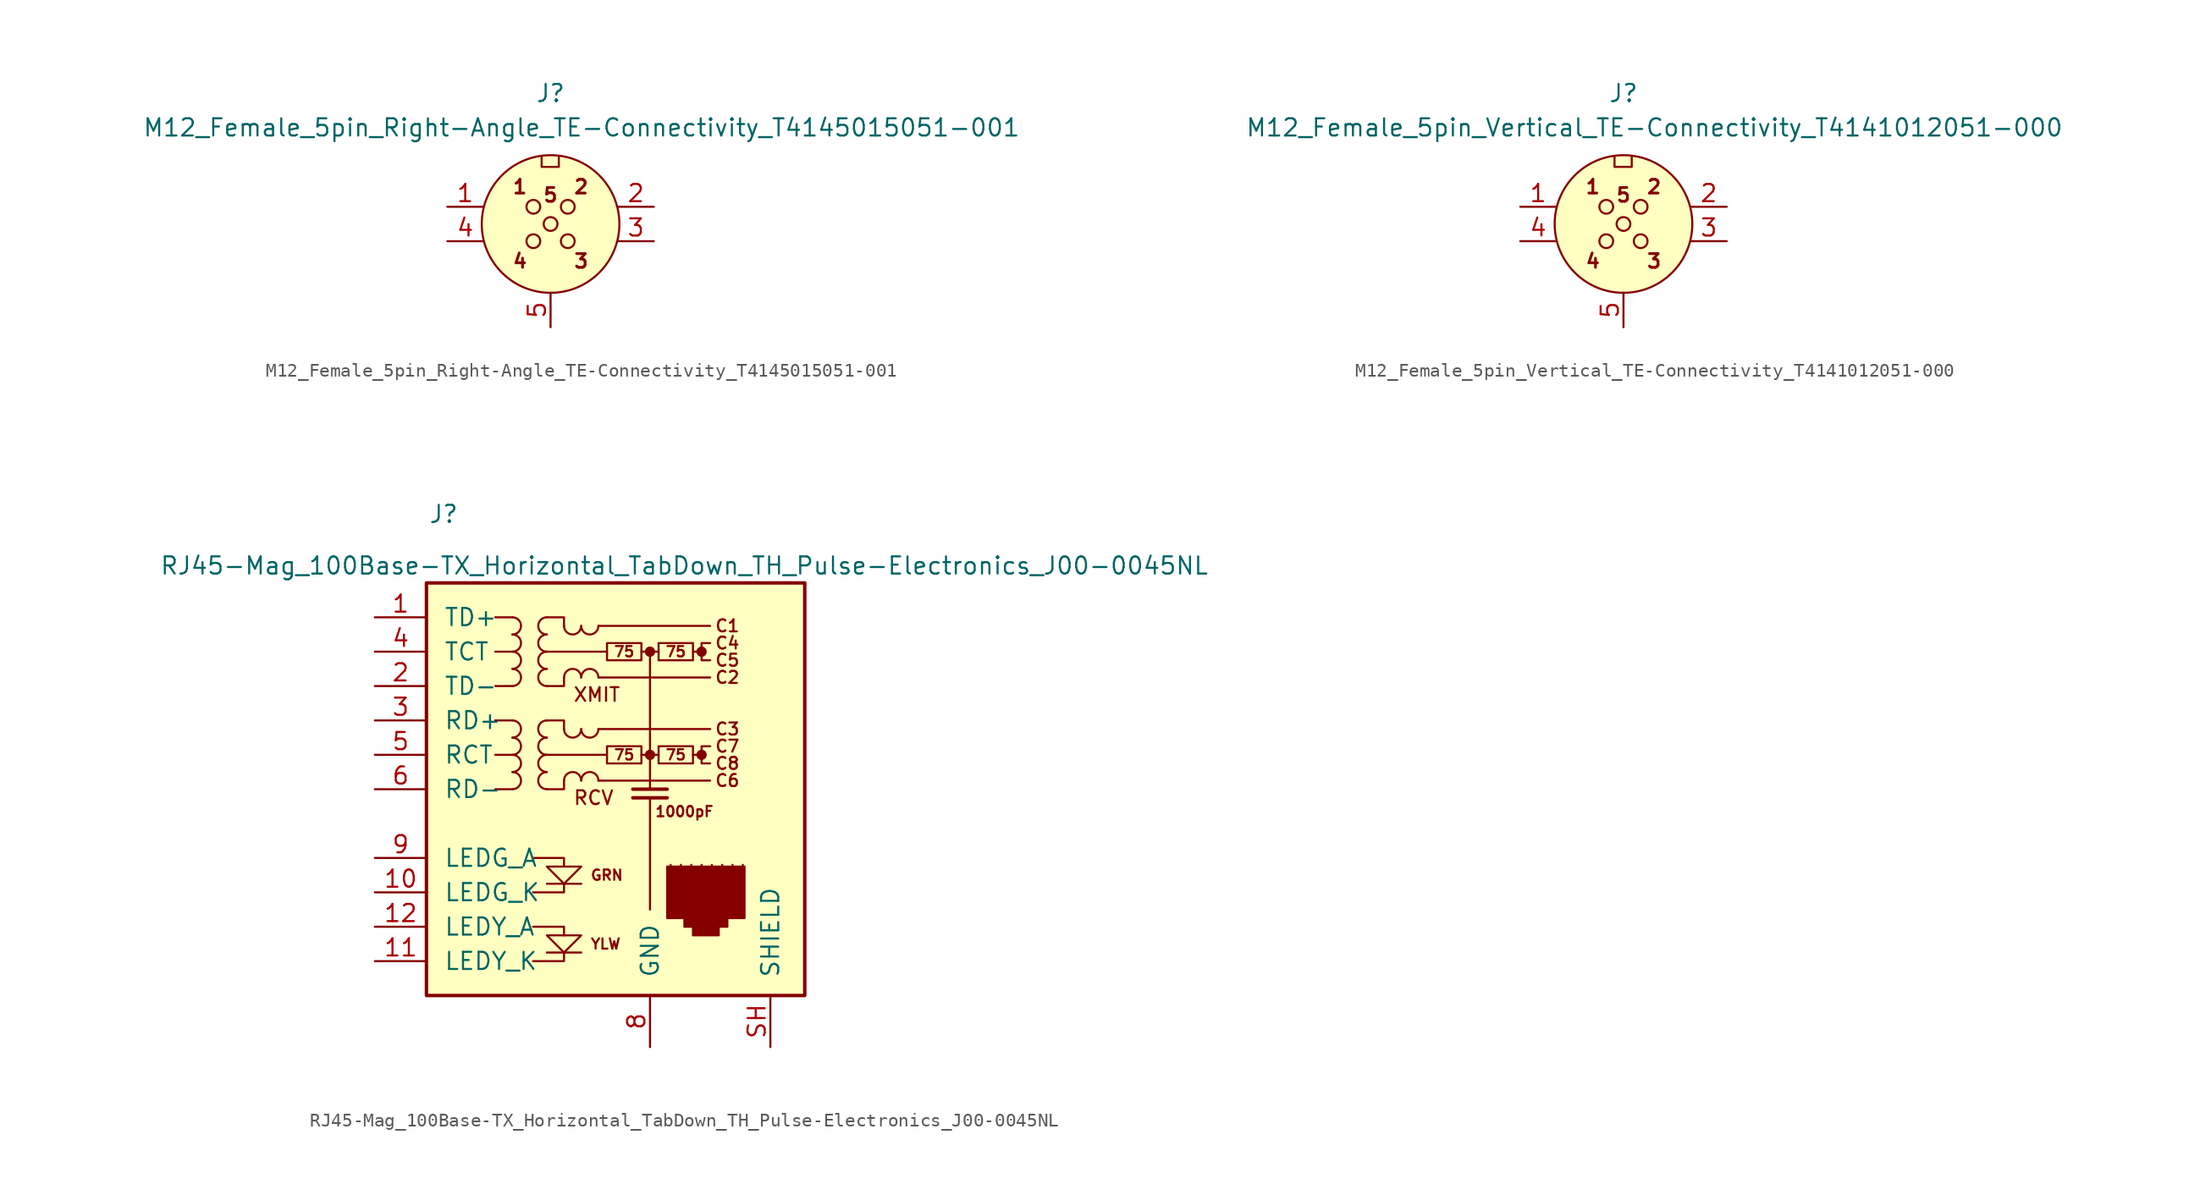
<source format=kicad_sym>
(kicad_symbol_lib
  (version 20211014)
  (generator kicad_symbol_editor)
  (symbol "M12_Female_5pin_Right-Angle_TE-Connectivity_T4145015051-001"
    (pin_names
      (offset 1.27) hide)
    (property "Reference" "J"
      (at 0 9.652 0)
      (effects (font (size 1.27 1.27))))
    (property "Value" "M12_Female_5pin_Right-Angle_TE-Connectivity_T4145015051-001"
      (at 2.286 7.112 0)
      (effects (font (size 1.27 1.27))))
    (symbol "M12_Female_5pin_Right-Angle_TE-Connectivity_T4145015051-001_1_1"
      (circle (center -1.27 -1.27) (radius 0.508) (stroke (width 0) (type default) (color 0 0 0 0)) (fill (type none)))
      (circle (center -1.27 1.27) (radius 0.508) (stroke (width 0) (type default) (color 0 0 0 0)) (fill (type none)))
      (polyline (pts (xy -0.66 5.029) (xy -0.66 4.216) (xy 0.61 4.216) (xy 0.61 5.029)) (stroke (width 0) (type default) (color 0 0 0 0)) (fill (type none)))
      (circle (center 0 0) (radius 0.508) (stroke (width 0) (type default) (color 0 0 0 0)) (fill (type none)))
      (circle (center 0 0) (radius 5.08) (stroke (width 0) (type default) (color 0 0 0 0)) (fill (type background)))
      (circle (center 1.27 -1.27) (radius 0.508) (stroke (width 0) (type default) (color 0 0 0 0)) (fill (type none)))
      (circle (center 1.27 1.27) (radius 0.508) (stroke (width 0) (type default) (color 0 0 0 0)) (fill (type none)))
      (text "1" (at -2.261 2.743 0) (effects (font (size 1.016 1.016) bold)))
      (text "2" (at 2.261 2.743 0) (effects (font (size 1.016 1.016) bold)))
      (text "3" (at 2.261 -2.743 0) (effects (font (size 1.016 1.016) bold)))
      (text "4" (at -2.261 -2.743 0) (effects (font (size 1.016 1.016) bold)))
      (text "5" (at 0 2.134 0) (effects (font (size 1.016 1.016) bold)))
      (pin passive line (at -7.62 1.27 0) (length 2.642) (name "P1" (effects (font (size 1.27 1.27)))) (number "1" (effects (font (size 1.27 1.27)))))
      (pin passive line (at 7.62 1.27 180) (length 2.642) (name "P2" (effects (font (size 1.27 1.27)))) (number "2" (effects (font (size 1.27 1.27)))))
      (pin passive line (at 7.62 -1.27 180) (length 2.642) (name "P3" (effects (font (size 1.27 1.27)))) (number "3" (effects (font (size 1.27 1.27)))))
      (pin passive line (at -7.62 -1.27 0) (length 2.642) (name "P3" (effects (font (size 1.27 1.27)))) (number "4" (effects (font (size 1.27 1.27)))))
      (pin passive line (at 0 -7.62 90) (length 2.54) (name "P5" (effects (font (size 1.27 1.27)))) (number "5" (effects (font (size 1.27 1.27)))))))
  (symbol "M12_Female_5pin_Vertical_TE-Connectivity_T4141012051-000"
    (pin_names
      (offset 1.27) hide)
    (property "Reference" "J"
      (at 0 9.652 0)
      (effects (font (size 1.27 1.27))))
    (property "Value" "M12_Female_5pin_Vertical_TE-Connectivity_T4141012051-000"
      (at 2.286 7.112 0)
      (effects (font (size 1.27 1.27))))
    (symbol "M12_Female_5pin_Vertical_TE-Connectivity_T4141012051-000_1_1"
      (circle (center -1.27 -1.27) (radius 0.508) (stroke (width 0) (type default) (color 0 0 0 0)) (fill (type none)))
      (circle (center -1.27 1.27) (radius 0.508) (stroke (width 0) (type default) (color 0 0 0 0)) (fill (type none)))
      (polyline (pts (xy -0.66 5.029) (xy -0.66 4.216) (xy 0.61 4.216) (xy 0.61 5.029)) (stroke (width 0) (type default) (color 0 0 0 0)) (fill (type none)))
      (circle (center 0 0) (radius 0.508) (stroke (width 0) (type default) (color 0 0 0 0)) (fill (type none)))
      (circle (center 0 0) (radius 5.08) (stroke (width 0) (type default) (color 0 0 0 0)) (fill (type background)))
      (circle (center 1.27 -1.27) (radius 0.508) (stroke (width 0) (type default) (color 0 0 0 0)) (fill (type none)))
      (circle (center 1.27 1.27) (radius 0.508) (stroke (width 0) (type default) (color 0 0 0 0)) (fill (type none)))
      (text "1" (at -2.261 2.743 0) (effects (font (size 1.016 1.016) bold)))
      (text "2" (at 2.261 2.743 0) (effects (font (size 1.016 1.016) bold)))
      (text "3" (at 2.261 -2.743 0) (effects (font (size 1.016 1.016) bold)))
      (text "4" (at -2.261 -2.743 0) (effects (font (size 1.016 1.016) bold)))
      (text "5" (at 0 2.134 0) (effects (font (size 1.016 1.016) bold)))
      (pin passive line (at -7.62 1.27 0) (length 2.642) (name "P1" (effects (font (size 1.27 1.27)))) (number "1" (effects (font (size 1.27 1.27)))))
      (pin passive line (at 7.62 1.27 180) (length 2.642) (name "P2" (effects (font (size 1.27 1.27)))) (number "2" (effects (font (size 1.27 1.27)))))
      (pin passive line (at 7.62 -1.27 180) (length 2.642) (name "P3" (effects (font (size 1.27 1.27)))) (number "3" (effects (font (size 1.27 1.27)))))
      (pin passive line (at -7.62 -1.27 0) (length 2.642) (name "P3" (effects (font (size 1.27 1.27)))) (number "4" (effects (font (size 1.27 1.27)))))
      (pin passive line (at 0 -7.62 90) (length 2.54) (name "P5" (effects (font (size 1.27 1.27)))) (number "5" (effects (font (size 1.27 1.27)))))))
  (symbol "RJ45-Mag_100Base-TX_Horizontal_TabDown_TH_Pulse-Electronics_J00-0045NL"
    (pin_names
      (offset 1.27))
    (property "Reference" "J"
      (at -17.78 20.32 0)
      (effects (font (size 1.27 1.27))))
    (property "Value" "RJ45-Mag_100Base-TX_Horizontal_TabDown_TH_Pulse-Electronics_J00-0045NL"
      (at 0 16.51 0)
      (effects (font (size 1.27 1.27))))
    (symbol "RJ45-Mag_100Base-TX_Horizontal_TabDown_TH_Pulse-Electronics_J00-0045NL_0_1"
      (rectangle (start -1.016 -5.588) (end -1.016 -5.842) (stroke (width 0) (type default) (color 0 0 0 0)) (fill (type none)))
      (rectangle (start -0.254 -5.588) (end -0.254 -5.842) (stroke (width 0) (type default) (color 0 0 0 0)) (fill (type none)))
      (polyline (pts (xy 0.635 -10.795) (xy 2.54 -10.795) (xy 2.54 -10.16) (xy 3.175 -10.16) (xy 3.175 -9.525) (xy 4.445 -9.525) (xy 4.445 -5.715) (xy -1.27 -5.715) (xy -1.27 -9.525) (xy 0 -9.525) (xy 0 -10.16) (xy 0.635 -10.16) (xy 0.635 -10.795)) (stroke (width 0) (type default) (color 0 0 0 0)) (fill (type outline)))
      (rectangle (start 0.508 -5.588) (end 0.508 -5.842) (stroke (width 0) (type default) (color 0 0 0 0)) (fill (type none)))
      (rectangle (start 1.27 -5.588) (end 1.27 -5.842) (stroke (width 0) (type default) (color 0 0 0 0)) (fill (type none)))
      (rectangle (start 2.032 -5.588) (end 2.032 -5.842) (stroke (width 0) (type default) (color 0 0 0 0)) (fill (type none)))
      (rectangle (start 2.794 -5.588) (end 2.794 -5.842) (stroke (width 0) (type default) (color 0 0 0 0)) (fill (type none)))
      (rectangle (start 3.556 -5.588) (end 3.556 -5.842) (stroke (width 0) (type default) (color 0 0 0 0)) (fill (type none)))
      (rectangle (start 4.318 -5.588) (end 4.318 -5.842) (stroke (width 0) (type default) (color 0 0 0 0)) (fill (type none))))
    (symbol "RJ45-Mag_100Base-TX_Horizontal_TabDown_TH_Pulse-Electronics_J00-0045NL_1_1"
      (rectangle (start -19.05 -15.24) (end 8.89 15.24) (stroke (width 0.254) (type default) (color 0 0 0 0)) (fill (type background)))
      (arc (start -12.7 0) (mid -12.065 0.635) (end -12.7 1.27) (stroke (width 0) (type default) (color 0 0 0 0)) (fill (type none)))
      (arc (start -12.7 1.27) (mid -12.065 1.905) (end -12.7 2.54) (stroke (width 0) (type default) (color 0 0 0 0)) (fill (type none)))
      (arc (start -12.7 2.54) (mid -12.065 3.175) (end -12.7 3.81) (stroke (width 0) (type default) (color 0 0 0 0)) (fill (type none)))
      (arc (start -12.7 3.81) (mid -12.065 4.445) (end -12.7 5.08) (stroke (width 0) (type default) (color 0 0 0 0)) (fill (type none)))
      (arc (start -12.7 7.62) (mid -12.065 8.255) (end -12.7 8.89) (stroke (width 0) (type default) (color 0 0 0 0)) (fill (type none)))
      (arc (start -12.7 8.89) (mid -12.065 9.525) (end -12.7 10.16) (stroke (width 0) (type default) (color 0 0 0 0)) (fill (type none)))
      (arc (start -12.7 10.16) (mid -12.065 10.795) (end -12.7 11.43) (stroke (width 0) (type default) (color 0 0 0 0)) (fill (type none)))
      (arc (start -12.7 11.43) (mid -12.065 12.065) (end -12.7 12.7) (stroke (width 0) (type default) (color 0 0 0 0)) (fill (type none)))
      (arc (start -10.16 1.27) (mid -10.795 0.635) (end -10.16 0) (stroke (width 0) (type default) (color 0 0 0 0)) (fill (type none)))
      (arc (start -10.16 2.54) (mid -10.795 1.905) (end -10.16 1.27) (stroke (width 0) (type default) (color 0 0 0 0)) (fill (type none)))
      (arc (start -10.16 3.81) (mid -10.795 3.175) (end -10.16 2.54) (stroke (width 0) (type default) (color 0 0 0 0)) (fill (type none)))
      (arc (start -10.16 5.08) (mid -10.795 4.445) (end -10.16 3.81) (stroke (width 0) (type default) (color 0 0 0 0)) (fill (type none)))
      (arc (start -10.16 8.89) (mid -10.795 8.255) (end -10.16 7.62) (stroke (width 0) (type default) (color 0 0 0 0)) (fill (type none)))
      (arc (start -10.16 10.16) (mid -10.795 9.525) (end -10.16 8.89) (stroke (width 0) (type default) (color 0 0 0 0)) (fill (type none)))
      (arc (start -10.16 11.43) (mid -10.795 10.795) (end -10.16 10.16) (stroke (width 0) (type default) (color 0 0 0 0)) (fill (type none)))
      (arc (start -10.16 12.7) (mid -10.795 12.065) (end -10.16 11.43) (stroke (width 0) (type default) (color 0 0 0 0)) (fill (type none)))
      (arc (start -8.89 4.445) (mid -8.255 3.81) (end -7.62 4.445) (stroke (width 0) (type default) (color 0 0 0 0)) (fill (type none)))
      (arc (start -8.89 12.065) (mid -8.255 11.43) (end -7.62 12.065) (stroke (width 0) (type default) (color 0 0 0 0)) (fill (type none)))
      (arc (start -7.62 0.635) (mid -8.255 1.27) (end -8.89 0.635) (stroke (width 0) (type default) (color 0 0 0 0)) (fill (type none)))
      (arc (start -7.62 4.445) (mid -6.985 3.81) (end -6.35 4.445) (stroke (width 0) (type default) (color 0 0 0 0)) (fill (type none)))
      (arc (start -7.62 8.255) (mid -8.255 8.89) (end -8.89 8.255) (stroke (width 0) (type default) (color 0 0 0 0)) (fill (type none)))
      (arc (start -7.62 12.065) (mid -6.985 11.43) (end -6.35 12.065) (stroke (width 0) (type default) (color 0 0 0 0)) (fill (type none)))
      (arc (start -6.35 0.635) (mid -6.985 1.27) (end -7.62 0.635) (stroke (width 0) (type default) (color 0 0 0 0)) (fill (type none)))
      (arc (start -6.35 8.255) (mid -6.985 8.89) (end -7.62 8.255) (stroke (width 0) (type default) (color 0 0 0 0)) (fill (type none)))
      (rectangle (start -5.715 3.175) (end -3.175 1.905) (stroke (width 0) (type default) (color 0 0 0 0)) (fill (type none)))
      (rectangle (start -5.715 10.795) (end -3.175 9.525) (stroke (width 0) (type default) (color 0 0 0 0)) (fill (type none)))
      (circle (center -2.54 2.54) (radius 0.254) (stroke (width 0.254) (type default) (color 0 0 0 0)) (fill (type outline)))
      (circle (center -2.54 10.16) (radius 0.254) (stroke (width 0.254) (type default) (color 0 0 0 0)) (fill (type outline)))
      (rectangle (start -1.905 3.175) (end 0.635 1.905) (stroke (width 0) (type default) (color 0 0 0 0)) (fill (type none)))
      (rectangle (start -1.905 10.795) (end 0.635 9.525) (stroke (width 0) (type default) (color 0 0 0 0)) (fill (type none)))
      (polyline (pts (xy -12.7 0) (xy -13.97 0)) (stroke (width 0) (type default) (color 0 0 0 0)) (fill (type none)))
      (polyline (pts (xy -12.7 2.54) (xy -13.97 2.54)) (stroke (width 0) (type default) (color 0 0 0 0)) (fill (type none)))
      (polyline (pts (xy -12.7 5.08) (xy -13.97 5.08)) (stroke (width 0) (type default) (color 0 0 0 0)) (fill (type none)))
      (polyline (pts (xy -12.7 7.62) (xy -13.97 7.62)) (stroke (width 0) (type default) (color 0 0 0 0)) (fill (type none)))
      (polyline (pts (xy -12.7 10.16) (xy -13.97 10.16)) (stroke (width 0) (type default) (color 0 0 0 0)) (fill (type none)))
      (polyline (pts (xy -12.7 12.7) (xy -13.97 12.7)) (stroke (width 0) (type default) (color 0 0 0 0)) (fill (type none)))
      (polyline (pts (xy -7.62 -12.065) (xy -10.16 -12.065)) (stroke (width 0) (type default) (color 0 0 0 0)) (fill (type none)))
      (polyline (pts (xy -7.62 -6.985) (xy -10.16 -6.985)) (stroke (width 0) (type default) (color 0 0 0 0)) (fill (type none)))
      (polyline (pts (xy -6.35 0.635) (xy 1.905 0.635)) (stroke (width 0) (type default) (color 0 0 0 0)) (fill (type none)))
      (polyline (pts (xy -6.35 4.445) (xy 1.905 4.445)) (stroke (width 0) (type default) (color 0 0 0 0)) (fill (type none)))
      (polyline (pts (xy -6.35 8.255) (xy 1.905 8.255)) (stroke (width 0) (type default) (color 0 0 0 0)) (fill (type none)))
      (polyline (pts (xy -6.35 12.065) (xy 1.905 12.065)) (stroke (width 0) (type default) (color 0 0 0 0)) (fill (type none)))
      (polyline (pts (xy -5.715 2.54) (xy -10.16 2.54)) (stroke (width 0) (type default) (color 0 0 0 0)) (fill (type none)))
      (polyline (pts (xy -5.715 10.16) (xy -10.16 10.16)) (stroke (width 0) (type default) (color 0 0 0 0)) (fill (type none)))
      (polyline (pts (xy -3.175 2.54) (xy -1.905 2.54)) (stroke (width 0) (type default) (color 0 0 0 0)) (fill (type none)))
      (polyline (pts (xy -3.175 10.16) (xy -1.905 10.16)) (stroke (width 0) (type default) (color 0 0 0 0)) (fill (type none)))
      (polyline (pts (xy -2.54 10.16) (xy -2.54 0)) (stroke (width 0) (type default) (color 0 0 0 0)) (fill (type none)))
      (polyline (pts (xy -1.27 -0.635) (xy -3.81 -0.635)) (stroke (width 0.254) (type default) (color 0 0 0 0)) (fill (type none)))
      (polyline (pts (xy -1.27 0) (xy -3.81 0)) (stroke (width 0.254) (type default) (color 0 0 0 0)) (fill (type none)))
      (polyline (pts (xy 1.27 2.54) (xy 0.635 2.54)) (stroke (width 0) (type default) (color 0 0 0 0)) (fill (type none)))
      (polyline (pts (xy 1.27 10.16) (xy 0.635 10.16)) (stroke (width 0) (type default) (color 0 0 0 0)) (fill (type none)))
      (polyline (pts (xy -11.176 -12.7) (xy -8.89 -12.7) (xy -8.89 -12.065)) (stroke (width 0) (type default) (color 0 0 0 0)) (fill (type none)))
      (polyline (pts (xy -11.176 -10.16) (xy -8.89 -10.16) (xy -8.89 -10.795)) (stroke (width 0) (type default) (color 0 0 0 0)) (fill (type none)))
      (polyline (pts (xy -11.176 -5.08) (xy -8.89 -5.08) (xy -8.89 -5.715)) (stroke (width 0) (type default) (color 0 0 0 0)) (fill (type none)))
      (polyline (pts (xy -10.16 5.08) (xy -8.89 5.08) (xy -8.89 4.445)) (stroke (width 0) (type default) (color 0 0 0 0)) (fill (type none)))
      (polyline (pts (xy -10.16 12.7) (xy -8.89 12.7) (xy -8.89 12.065)) (stroke (width 0) (type default) (color 0 0 0 0)) (fill (type none)))
      (polyline (pts (xy -8.89 -6.985) (xy -8.89 -7.62) (xy -11.176 -7.62)) (stroke (width 0) (type default) (color 0 0 0 0)) (fill (type none)))
      (polyline (pts (xy -8.89 0.635) (xy -8.89 0) (xy -10.16 0)) (stroke (width 0) (type default) (color 0 0 0 0)) (fill (type none)))
      (polyline (pts (xy -8.89 8.255) (xy -8.89 7.62) (xy -10.16 7.62)) (stroke (width 0) (type default) (color 0 0 0 0)) (fill (type none)))
      (polyline (pts (xy -2.54 -0.635) (xy -2.54 -3.81) (xy -2.54 -8.89)) (stroke (width 0) (type default) (color 0 0 0 0)) (fill (type none)))
      (polyline (pts (xy -10.16 -5.715) (xy -7.62 -5.715) (xy -8.89 -6.985) (xy -10.16 -5.715)) (stroke (width 0) (type default) (color 0 0 0 0)) (fill (type none)))
      (polyline (pts (xy -7.62 -10.795) (xy -10.16 -10.795) (xy -8.89 -12.065) (xy -7.62 -10.795)) (stroke (width 0) (type default) (color 0 0 0 0)) (fill (type none)))
      (polyline (pts (xy 1.905 3.175) (xy 1.27 3.175) (xy 1.27 1.905) (xy 1.905 1.905)) (stroke (width 0) (type default) (color 0 0 0 0)) (fill (type none)))
      (polyline (pts (xy 1.905 10.795) (xy 1.27 10.795) (xy 1.27 9.525) (xy 1.905 9.525)) (stroke (width 0) (type default) (color 0 0 0 0)) (fill (type none)))
      (circle (center 1.27 2.54) (radius 0.254) (stroke (width 0.254) (type default) (color 0 0 0 0)) (fill (type outline)))
      (circle (center 1.27 10.16) (radius 0.254) (stroke (width 0.254) (type default) (color 0 0 0 0)) (fill (type outline)))
      (text "1000pF" (at 0 -1.651 0) (effects (font (size 0.762 0.762))))
      (text "75" (at -4.445 2.54 0) (effects (font (size 0.762 0.762))))
      (text "75" (at -4.445 10.16 0) (effects (font (size 0.762 0.762))))
      (text "75" (at -0.635 2.54 0) (effects (font (size 0.762 0.762))))
      (text "75" (at -0.635 10.16 0) (effects (font (size 0.762 0.762))))
      (text "C1" (at 3.175 12.065 0) (effects (font (size 0.889 0.889))))
      (text "C2" (at 3.175 8.255 0) (effects (font (size 0.889 0.889))))
      (text "C3" (at 3.175 4.445 0) (effects (font (size 0.889 0.889))))
      (text "C4" (at 3.175 10.795 0) (effects (font (size 0.889 0.889))))
      (text "C5" (at 3.175 9.525 0) (effects (font (size 0.889 0.889))))
      (text "C6" (at 3.175 0.635 0) (effects (font (size 0.889 0.889))))
      (text "C7" (at 3.175 3.175 0) (effects (font (size 0.889 0.889))))
      (text "C8" (at 3.175 1.905 0) (effects (font (size 0.889 0.889))))
      (text "GRN" (at -6.985 -6.35 0) (effects (font (size 0.762 0.762)) (justify left)))
      (text "RCV" (at -8.255 -0.635 0) (effects (font (size 1.016 1.016)) (justify left)))
      (text "XMIT" (at -8.255 6.985 0) (effects (font (size 1.016 1.016)) (justify left)))
      (text "YLW" (at -6.985 -11.43 0) (effects (font (size 0.762 0.762)) (justify left)))
      (pin input line (at -22.86 12.7 0) (length 3.81) (name "TD+" (effects (font (size 1.27 1.27)))) (number "1" (effects (font (size 1.27 1.27)))))
      (pin passive line (at -22.86 -7.62 0) (length 3.81) (name "LEDG_K" (effects (font (size 1.27 1.27)))) (number "10" (effects (font (size 1.27 1.27)))))
      (pin passive line (at -22.86 -12.7 0) (length 3.81) (name "LEDY_K" (effects (font (size 1.27 1.27)))) (number "11" (effects (font (size 1.27 1.27)))))
      (pin passive line (at -22.86 -10.16 0) (length 3.81) (name "LEDY_A" (effects (font (size 1.27 1.27)))) (number "12" (effects (font (size 1.27 1.27)))))
      (pin input line (at -22.86 7.62 0) (length 3.81) (name "TD-" (effects (font (size 1.27 1.27)))) (number "2" (effects (font (size 1.27 1.27)))))
      (pin output line (at -22.86 5.08 0) (length 3.81) (name "RD+" (effects (font (size 1.27 1.27)))) (number "3" (effects (font (size 1.27 1.27)))))
      (pin passive line (at -22.86 10.16 0) (length 3.81) (name "TCT" (effects (font (size 1.27 1.27)))) (number "4" (effects (font (size 1.27 1.27)))))
      (pin passive line (at -22.86 2.54 0) (length 3.81) (name "RCT" (effects (font (size 1.27 1.27)))) (number "5" (effects (font (size 1.27 1.27)))))
      (pin output line (at -22.86 0 0) (length 3.81) (name "RD-" (effects (font (size 1.27 1.27)))) (number "6" (effects (font (size 1.27 1.27)))))
      (pin no_connect line (at 5.08 -7.62 0) (length 0) hide (name "NC" (effects (font (size 1.27 1.27)))) (number "7" (effects (font (size 1.27 1.27)))))
      (pin power_in line (at -2.54 -19.05 90) (length 3.81) (name "GND" (effects (font (size 1.27 1.27)))) (number "8" (effects (font (size 1.27 1.27)))))
      (pin passive line (at -22.86 -5.08 0) (length 3.81) (name "LEDG_A" (effects (font (size 1.27 1.27)))) (number "9" (effects (font (size 1.27 1.27)))))
      (pin passive line (at 6.35 -19.05 90) (length 3.81) (name "SHIELD" (effects (font (size 1.27 1.27)))) (number "SH" (effects (font (size 1.27 1.27))))))))
</source>
